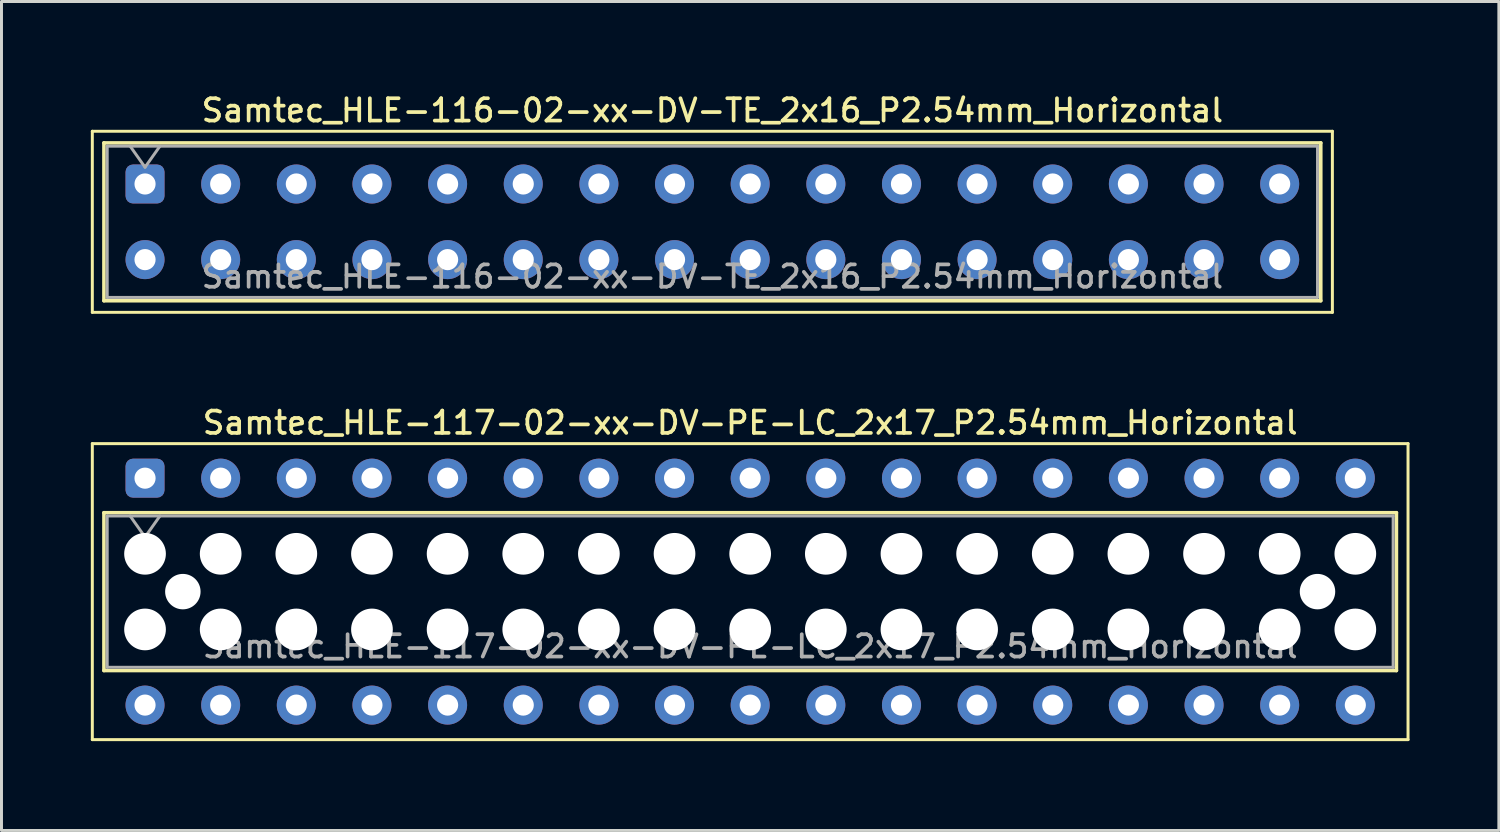
<source format=kicad_pcb>
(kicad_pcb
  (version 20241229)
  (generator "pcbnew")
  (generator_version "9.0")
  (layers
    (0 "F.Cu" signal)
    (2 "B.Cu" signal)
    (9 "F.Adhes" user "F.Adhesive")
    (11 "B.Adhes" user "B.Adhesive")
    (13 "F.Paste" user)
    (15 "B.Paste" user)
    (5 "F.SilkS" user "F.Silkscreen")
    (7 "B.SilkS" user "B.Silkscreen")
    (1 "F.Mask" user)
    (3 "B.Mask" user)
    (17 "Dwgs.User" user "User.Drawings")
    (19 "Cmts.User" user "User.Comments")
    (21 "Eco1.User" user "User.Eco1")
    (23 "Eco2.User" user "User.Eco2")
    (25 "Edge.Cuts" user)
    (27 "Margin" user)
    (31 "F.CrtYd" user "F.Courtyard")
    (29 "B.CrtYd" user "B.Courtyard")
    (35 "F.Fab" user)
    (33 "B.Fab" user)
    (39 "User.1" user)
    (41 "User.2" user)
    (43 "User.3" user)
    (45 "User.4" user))
  (footprint "Samtec_HLE-117-02-xx-DV-PE-LC_2x17_P2.54mm_Horizontal"
    (layer "F.Cu")
    (at 1.82 13.006)
    (property "Reference" "Samtec_HLE-117-02-xx-DV-PE-LC_2x17_P2.54mm_Horizontal" (at 20.32 -1.86 0) (layer "F.SilkS") (effects (font (size 0.75 0.75) (thickness 0.125))))
    (attr through_hole)
    (fp_line (start -1.77 -1.16) (end 42.41 -1.16) (stroke (width 0.1) (type solid)) (layer "F.SilkS"))
    (fp_line (start -1.77 8.78) (end -1.77 -1.16) (stroke (width 0.1) (type solid)) (layer "F.SilkS"))
    (fp_line (start -1.38 1.16) (end 42.02 1.16) (stroke (width 0.12) (type solid)) (layer "F.SilkS"))
    (fp_line (start -1.38 6.46) (end -1.38 1.16) (stroke (width 0.12) (type solid)) (layer "F.SilkS"))
    (fp_line (start 42.02 1.16) (end 42.02 6.46) (stroke (width 0.12) (type solid)) (layer "F.SilkS"))
    (fp_line (start 42.02 6.46) (end -1.38 6.46) (stroke (width 0.12) (type solid)) (layer "F.SilkS"))
    (fp_line (start 42.41 -1.16) (end 42.41 8.78) (stroke (width 0.1) (type solid)) (layer "F.SilkS"))
    (fp_line (start 42.41 8.78) (end -1.77 8.78) (stroke (width 0.1) (type solid)) (layer "F.SilkS"))
    (fp_line (start -1.27 1.27) (end 41.91 1.27) (stroke (width 0.1) (type solid)) (layer "F.Fab"))
    (fp_line (start -1.27 6.35) (end -1.27 1.27) (stroke (width 0.1) (type solid)) (layer "F.Fab"))
    (fp_line (start -0.5 1.27) (end 0 1.977) (stroke (width 0.1) (type solid)) (layer "F.Fab"))
    (fp_line (start 0 1.977) (end 0.5 1.27) (stroke (width 0.1) (type solid)) (layer "F.Fab"))
    (fp_line (start 41.91 1.27) (end 41.91 6.35) (stroke (width 0.1) (type solid)) (layer "F.Fab"))
    (fp_line (start 41.91 6.35) (end -1.27 6.35) (stroke (width 0.1) (type solid)) (layer "F.Fab"))
    (fp_text user "${REFERENCE}" (at 20.32 5.65 0) (layer "F.Fab") (effects (font (size 0.75 0.75) (thickness 0.125))))
    (pad "" np_thru_hole circle (at 0 2.54) (size 1.4 1.4) (drill 1.4) (layers "*.Cu" "*.Mask"))
    (pad "" np_thru_hole circle (at 0 5.08) (size 1.4 1.4) (drill 1.4) (layers "*.Cu" "*.Mask"))
    (pad "" np_thru_hole circle (at 1.27 3.81) (size 1.19 1.19) (drill 1.19) (layers "*.Cu" "*.Mask"))
    (pad "" np_thru_hole circle (at 2.54 2.54) (size 1.4 1.4) (drill 1.4) (layers "*.Cu" "*.Mask"))
    (pad "" np_thru_hole circle (at 2.54 5.08) (size 1.4 1.4) (drill 1.4) (layers "*.Cu" "*.Mask"))
    (pad "" np_thru_hole circle (at 5.08 2.54) (size 1.4 1.4) (drill 1.4) (layers "*.Cu" "*.Mask"))
    (pad "" np_thru_hole circle (at 5.08 5.08) (size 1.4 1.4) (drill 1.4) (layers "*.Cu" "*.Mask"))
    (pad "" np_thru_hole circle (at 7.62 2.54) (size 1.4 1.4) (drill 1.4) (layers "*.Cu" "*.Mask"))
    (pad "" np_thru_hole circle (at 7.62 5.08) (size 1.4 1.4) (drill 1.4) (layers "*.Cu" "*.Mask"))
    (pad "" np_thru_hole circle (at 10.16 2.54) (size 1.4 1.4) (drill 1.4) (layers "*.Cu" "*.Mask"))
    (pad "" np_thru_hole circle (at 10.16 5.08) (size 1.4 1.4) (drill 1.4) (layers "*.Cu" "*.Mask"))
    (pad "" np_thru_hole circle (at 12.7 2.54) (size 1.4 1.4) (drill 1.4) (layers "*.Cu" "*.Mask"))
    (pad "" np_thru_hole circle (at 12.7 5.08) (size 1.4 1.4) (drill 1.4) (layers "*.Cu" "*.Mask"))
    (pad "" np_thru_hole circle (at 15.24 2.54) (size 1.4 1.4) (drill 1.4) (layers "*.Cu" "*.Mask"))
    (pad "" np_thru_hole circle (at 15.24 5.08) (size 1.4 1.4) (drill 1.4) (layers "*.Cu" "*.Mask"))
    (pad "" np_thru_hole circle (at 17.78 2.54) (size 1.4 1.4) (drill 1.4) (layers "*.Cu" "*.Mask"))
    (pad "" np_thru_hole circle (at 17.78 5.08) (size 1.4 1.4) (drill 1.4) (layers "*.Cu" "*.Mask"))
    (pad "" np_thru_hole circle (at 20.32 2.54) (size 1.4 1.4) (drill 1.4) (layers "*.Cu" "*.Mask"))
    (pad "" np_thru_hole circle (at 20.32 5.08) (size 1.4 1.4) (drill 1.4) (layers "*.Cu" "*.Mask"))
    (pad "" np_thru_hole circle (at 22.86 2.54) (size 1.4 1.4) (drill 1.4) (layers "*.Cu" "*.Mask"))
    (pad "" np_thru_hole circle (at 22.86 5.08) (size 1.4 1.4) (drill 1.4) (layers "*.Cu" "*.Mask"))
    (pad "" np_thru_hole circle (at 25.4 2.54) (size 1.4 1.4) (drill 1.4) (layers "*.Cu" "*.Mask"))
    (pad "" np_thru_hole circle (at 25.4 5.08) (size 1.4 1.4) (drill 1.4) (layers "*.Cu" "*.Mask"))
    (pad "" np_thru_hole circle (at 27.94 2.54) (size 1.4 1.4) (drill 1.4) (layers "*.Cu" "*.Mask"))
    (pad "" np_thru_hole circle (at 27.94 5.08) (size 1.4 1.4) (drill 1.4) (layers "*.Cu" "*.Mask"))
    (pad "" np_thru_hole circle (at 30.48 2.54) (size 1.4 1.4) (drill 1.4) (layers "*.Cu" "*.Mask"))
    (pad "" np_thru_hole circle (at 30.48 5.08) (size 1.4 1.4) (drill 1.4) (layers "*.Cu" "*.Mask"))
    (pad "" np_thru_hole circle (at 33.02 2.54) (size 1.4 1.4) (drill 1.4) (layers "*.Cu" "*.Mask"))
    (pad "" np_thru_hole circle (at 33.02 5.08) (size 1.4 1.4) (drill 1.4) (layers "*.Cu" "*.Mask"))
    (pad "" np_thru_hole circle (at 35.56 2.54) (size 1.4 1.4) (drill 1.4) (layers "*.Cu" "*.Mask"))
    (pad "" np_thru_hole circle (at 35.56 5.08) (size 1.4 1.4) (drill 1.4) (layers "*.Cu" "*.Mask"))
    (pad "" np_thru_hole circle (at 38.1 2.54) (size 1.4 1.4) (drill 1.4) (layers "*.Cu" "*.Mask"))
    (pad "" np_thru_hole circle (at 38.1 5.08) (size 1.4 1.4) (drill 1.4) (layers "*.Cu" "*.Mask"))
    (pad "" np_thru_hole circle (at 39.37 3.81) (size 1.19 1.19) (drill 1.19) (layers "*.Cu" "*.Mask"))
    (pad "" np_thru_hole circle (at 40.64 2.54) (size 1.4 1.4) (drill 1.4) (layers "*.Cu" "*.Mask"))
    (pad "" np_thru_hole circle (at 40.64 5.08) (size 1.4 1.4) (drill 1.4) (layers "*.Cu" "*.Mask"))
    (pad "1" thru_hole roundrect (at 0 0) (size 1.31 1.31) (drill 0.71) (layers "*.Cu" "*.Mask") (roundrect_rratio 0.191))
    (pad "2" thru_hole circle (at 0 7.62) (size 1.31 1.31) (drill 0.71) (layers "*.Cu" "*.Mask"))
    (pad "3" thru_hole circle (at 2.54 0) (size 1.31 1.31) (drill 0.71) (layers "*.Cu" "*.Mask"))
    (pad "4" thru_hole circle (at 2.54 7.62) (size 1.31 1.31) (drill 0.71) (layers "*.Cu" "*.Mask"))
    (pad "5" thru_hole circle (at 5.08 0) (size 1.31 1.31) (drill 0.71) (layers "*.Cu" "*.Mask"))
    (pad "6" thru_hole circle (at 5.08 7.62) (size 1.31 1.31) (drill 0.71) (layers "*.Cu" "*.Mask"))
    (pad "7" thru_hole circle (at 7.62 0) (size 1.31 1.31) (drill 0.71) (layers "*.Cu" "*.Mask"))
    (pad "8" thru_hole circle (at 7.62 7.62) (size 1.31 1.31) (drill 0.71) (layers "*.Cu" "*.Mask"))
    (pad "9" thru_hole circle (at 10.16 0) (size 1.31 1.31) (drill 0.71) (layers "*.Cu" "*.Mask"))
    (pad "10" thru_hole circle (at 10.16 7.62) (size 1.31 1.31) (drill 0.71) (layers "*.Cu" "*.Mask"))
    (pad "11" thru_hole circle (at 12.7 0) (size 1.31 1.31) (drill 0.71) (layers "*.Cu" "*.Mask"))
    (pad "12" thru_hole circle (at 12.7 7.62) (size 1.31 1.31) (drill 0.71) (layers "*.Cu" "*.Mask"))
    (pad "13" thru_hole circle (at 15.24 0) (size 1.31 1.31) (drill 0.71) (layers "*.Cu" "*.Mask"))
    (pad "14" thru_hole circle (at 15.24 7.62) (size 1.31 1.31) (drill 0.71) (layers "*.Cu" "*.Mask"))
    (pad "15" thru_hole circle (at 17.78 0) (size 1.31 1.31) (drill 0.71) (layers "*.Cu" "*.Mask"))
    (pad "16" thru_hole circle (at 17.78 7.62) (size 1.31 1.31) (drill 0.71) (layers "*.Cu" "*.Mask"))
    (pad "17" thru_hole circle (at 20.32 0) (size 1.31 1.31) (drill 0.71) (layers "*.Cu" "*.Mask"))
    (pad "18" thru_hole circle (at 20.32 7.62) (size 1.31 1.31) (drill 0.71) (layers "*.Cu" "*.Mask"))
    (pad "19" thru_hole circle (at 22.86 0) (size 1.31 1.31) (drill 0.71) (layers "*.Cu" "*.Mask"))
    (pad "20" thru_hole circle (at 22.86 7.62) (size 1.31 1.31) (drill 0.71) (layers "*.Cu" "*.Mask"))
    (pad "21" thru_hole circle (at 25.4 0) (size 1.31 1.31) (drill 0.71) (layers "*.Cu" "*.Mask"))
    (pad "22" thru_hole circle (at 25.4 7.62) (size 1.31 1.31) (drill 0.71) (layers "*.Cu" "*.Mask"))
    (pad "23" thru_hole circle (at 27.94 0) (size 1.31 1.31) (drill 0.71) (layers "*.Cu" "*.Mask"))
    (pad "24" thru_hole circle (at 27.94 7.62) (size 1.31 1.31) (drill 0.71) (layers "*.Cu" "*.Mask"))
    (pad "25" thru_hole circle (at 30.48 0) (size 1.31 1.31) (drill 0.71) (layers "*.Cu" "*.Mask"))
    (pad "26" thru_hole circle (at 30.48 7.62) (size 1.31 1.31) (drill 0.71) (layers "*.Cu" "*.Mask"))
    (pad "27" thru_hole circle (at 33.02 0) (size 1.31 1.31) (drill 0.71) (layers "*.Cu" "*.Mask"))
    (pad "28" thru_hole circle (at 33.02 7.62) (size 1.31 1.31) (drill 0.71) (layers "*.Cu" "*.Mask"))
    (pad "29" thru_hole circle (at 35.56 0) (size 1.31 1.31) (drill 0.71) (layers "*.Cu" "*.Mask"))
    (pad "30" thru_hole circle (at 35.56 7.62) (size 1.31 1.31) (drill 0.71) (layers "*.Cu" "*.Mask"))
    (pad "31" thru_hole circle (at 38.1 0) (size 1.31 1.31) (drill 0.71) (layers "*.Cu" "*.Mask"))
    (pad "32" thru_hole circle (at 38.1 7.62) (size 1.31 1.31) (drill 0.71) (layers "*.Cu" "*.Mask"))
    (pad "33" thru_hole circle (at 40.64 0) (size 1.31 1.31) (drill 0.71) (layers "*.Cu" "*.Mask"))
    (pad "34" thru_hole circle (at 40.64 7.62) (size 1.31 1.31) (drill 0.71) (layers "*.Cu" "*.Mask")))
  (footprint "Samtec_HLE-116-02-xx-DV-TE_2x16_P2.54mm_Horizontal"
    (layer "F.Cu")
    (at 1.82 3.128)
    (property "Reference" "Samtec_HLE-116-02-xx-DV-TE_2x16_P2.54mm_Horizontal" (at 19.05 -2.47 0) (layer "F.SilkS") (effects (font (size 0.75 0.75) (thickness 0.125))))
    (attr through_hole)
    (fp_line (start -1.77 -1.77) (end 39.87 -1.77) (stroke (width 0.1) (type solid)) (layer "F.SilkS"))
    (fp_line (start -1.77 4.31) (end -1.77 -1.77) (stroke (width 0.1) (type solid)) (layer "F.SilkS"))
    (fp_line (start -1.38 -1.38) (end 39.48 -1.38) (stroke (width 0.12) (type solid)) (layer "F.SilkS"))
    (fp_line (start -1.38 3.92) (end -1.38 -1.38) (stroke (width 0.12) (type solid)) (layer "F.SilkS"))
    (fp_line (start 39.48 -1.38) (end 39.48 3.92) (stroke (width 0.12) (type solid)) (layer "F.SilkS"))
    (fp_line (start 39.48 3.92) (end -1.38 3.92) (stroke (width 0.12) (type solid)) (layer "F.SilkS"))
    (fp_line (start 39.87 -1.77) (end 39.87 4.31) (stroke (width 0.1) (type solid)) (layer "F.SilkS"))
    (fp_line (start 39.87 4.31) (end -1.77 4.31) (stroke (width 0.1) (type solid)) (layer "F.SilkS"))
    (fp_line (start -1.27 -1.27) (end 39.37 -1.27) (stroke (width 0.1) (type solid)) (layer "F.Fab"))
    (fp_line (start -1.27 3.81) (end -1.27 -1.27) (stroke (width 0.1) (type solid)) (layer "F.Fab"))
    (fp_line (start -0.5 -1.27) (end 0 -0.563) (stroke (width 0.1) (type solid)) (layer "F.Fab"))
    (fp_line (start 0 -0.563) (end 0.5 -1.27) (stroke (width 0.1) (type solid)) (layer "F.Fab"))
    (fp_line (start 39.37 -1.27) (end 39.37 3.81) (stroke (width 0.1) (type solid)) (layer "F.Fab"))
    (fp_line (start 39.37 3.81) (end -1.27 3.81) (stroke (width 0.1) (type solid)) (layer "F.Fab"))
    (fp_text user "${REFERENCE}" (at 19.05 3.11 0) (layer "F.Fab") (effects (font (size 0.75 0.75) (thickness 0.125))))
    (pad "1" thru_hole roundrect (at 0 0) (size 1.31 1.31) (drill 0.71) (layers "*.Cu" "*.Mask") (roundrect_rratio 0.191))
    (pad "2" thru_hole circle (at 0 2.54) (size 1.31 1.31) (drill 0.71) (layers "*.Cu" "*.Mask"))
    (pad "3" thru_hole circle (at 2.54 0) (size 1.31 1.31) (drill 0.71) (layers "*.Cu" "*.Mask"))
    (pad "4" thru_hole circle (at 2.54 2.54) (size 1.31 1.31) (drill 0.71) (layers "*.Cu" "*.Mask"))
    (pad "5" thru_hole circle (at 5.08 0) (size 1.31 1.31) (drill 0.71) (layers "*.Cu" "*.Mask"))
    (pad "6" thru_hole circle (at 5.08 2.54) (size 1.31 1.31) (drill 0.71) (layers "*.Cu" "*.Mask"))
    (pad "7" thru_hole circle (at 7.62 0) (size 1.31 1.31) (drill 0.71) (layers "*.Cu" "*.Mask"))
    (pad "8" thru_hole circle (at 7.62 2.54) (size 1.31 1.31) (drill 0.71) (layers "*.Cu" "*.Mask"))
    (pad "9" thru_hole circle (at 10.16 0) (size 1.31 1.31) (drill 0.71) (layers "*.Cu" "*.Mask"))
    (pad "10" thru_hole circle (at 10.16 2.54) (size 1.31 1.31) (drill 0.71) (layers "*.Cu" "*.Mask"))
    (pad "11" thru_hole circle (at 12.7 0) (size 1.31 1.31) (drill 0.71) (layers "*.Cu" "*.Mask"))
    (pad "12" thru_hole circle (at 12.7 2.54) (size 1.31 1.31) (drill 0.71) (layers "*.Cu" "*.Mask"))
    (pad "13" thru_hole circle (at 15.24 0) (size 1.31 1.31) (drill 0.71) (layers "*.Cu" "*.Mask"))
    (pad "14" thru_hole circle (at 15.24 2.54) (size 1.31 1.31) (drill 0.71) (layers "*.Cu" "*.Mask"))
    (pad "15" thru_hole circle (at 17.78 0) (size 1.31 1.31) (drill 0.71) (layers "*.Cu" "*.Mask"))
    (pad "16" thru_hole circle (at 17.78 2.54) (size 1.31 1.31) (drill 0.71) (layers "*.Cu" "*.Mask"))
    (pad "17" thru_hole circle (at 20.32 0) (size 1.31 1.31) (drill 0.71) (layers "*.Cu" "*.Mask"))
    (pad "18" thru_hole circle (at 20.32 2.54) (size 1.31 1.31) (drill 0.71) (layers "*.Cu" "*.Mask"))
    (pad "19" thru_hole circle (at 22.86 0) (size 1.31 1.31) (drill 0.71) (layers "*.Cu" "*.Mask"))
    (pad "20" thru_hole circle (at 22.86 2.54) (size 1.31 1.31) (drill 0.71) (layers "*.Cu" "*.Mask"))
    (pad "21" thru_hole circle (at 25.4 0) (size 1.31 1.31) (drill 0.71) (layers "*.Cu" "*.Mask"))
    (pad "22" thru_hole circle (at 25.4 2.54) (size 1.31 1.31) (drill 0.71) (layers "*.Cu" "*.Mask"))
    (pad "23" thru_hole circle (at 27.94 0) (size 1.31 1.31) (drill 0.71) (layers "*.Cu" "*.Mask"))
    (pad "24" thru_hole circle (at 27.94 2.54) (size 1.31 1.31) (drill 0.71) (layers "*.Cu" "*.Mask"))
    (pad "25" thru_hole circle (at 30.48 0) (size 1.31 1.31) (drill 0.71) (layers "*.Cu" "*.Mask"))
    (pad "26" thru_hole circle (at 30.48 2.54) (size 1.31 1.31) (drill 0.71) (layers "*.Cu" "*.Mask"))
    (pad "27" thru_hole circle (at 33.02 0) (size 1.31 1.31) (drill 0.71) (layers "*.Cu" "*.Mask"))
    (pad "28" thru_hole circle (at 33.02 2.54) (size 1.31 1.31) (drill 0.71) (layers "*.Cu" "*.Mask"))
    (pad "29" thru_hole circle (at 35.56 0) (size 1.31 1.31) (drill 0.71) (layers "*.Cu" "*.Mask"))
    (pad "30" thru_hole circle (at 35.56 2.54) (size 1.31 1.31) (drill 0.71) (layers "*.Cu" "*.Mask"))
    (pad "31" thru_hole circle (at 38.1 0) (size 1.31 1.31) (drill 0.71) (layers "*.Cu" "*.Mask"))
    (pad "32" thru_hole circle (at 38.1 2.54) (size 1.31 1.31) (drill 0.71) (layers "*.Cu" "*.Mask")))
  (gr_rect
    (start -3 -3)
    (end 47.28 24.836)
    (stroke (width 0.1) (type default))
    (fill no)
    (layer "Edge.Cuts")))
</source>
